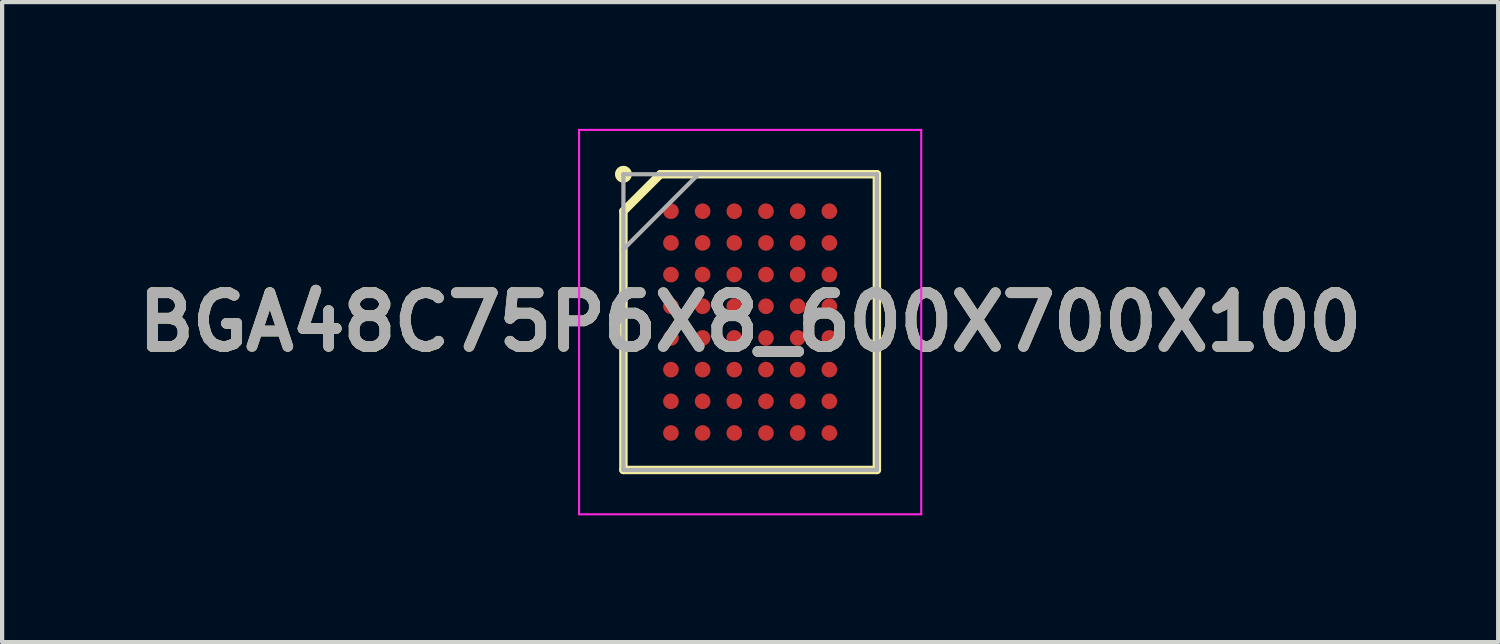
<source format=kicad_pcb>
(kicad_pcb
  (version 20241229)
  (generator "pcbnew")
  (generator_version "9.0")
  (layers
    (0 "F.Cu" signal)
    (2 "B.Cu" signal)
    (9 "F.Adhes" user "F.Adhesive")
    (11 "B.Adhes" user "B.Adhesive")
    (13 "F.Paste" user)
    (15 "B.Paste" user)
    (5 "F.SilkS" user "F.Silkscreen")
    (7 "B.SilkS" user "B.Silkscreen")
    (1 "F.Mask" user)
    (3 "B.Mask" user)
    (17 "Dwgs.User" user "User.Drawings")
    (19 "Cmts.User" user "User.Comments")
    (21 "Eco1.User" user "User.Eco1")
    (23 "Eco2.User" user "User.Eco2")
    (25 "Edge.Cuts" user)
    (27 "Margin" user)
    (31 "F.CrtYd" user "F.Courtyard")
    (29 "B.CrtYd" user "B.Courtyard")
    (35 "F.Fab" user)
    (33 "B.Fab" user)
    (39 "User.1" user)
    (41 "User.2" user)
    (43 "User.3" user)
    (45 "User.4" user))
  (footprint "BGA48C75P6X8_600X700X100"
    (layer "F.Cu")
    (at 14.708 4.575)
    (property "Reference" "BGA48C75P6X8_600X700X100" (at 0 0 0) (layer "F.SilkS") (effects (font (size 1.27 1.27) (thickness 0.254))))
    (attr smd)
    (fp_line (start -3 -2.625) (end -2.125 -3.5) (stroke (width 0.2) (type solid)) (layer "F.SilkS"))
    (fp_line (start -3 3.5) (end -3 -2.625) (stroke (width 0.2) (type solid)) (layer "F.SilkS"))
    (fp_line (start -2.125 -3.5) (end 3 -3.5) (stroke (width 0.2) (type solid)) (layer "F.SilkS"))
    (fp_line (start 3 -3.5) (end 3 3.5) (stroke (width 0.2) (type solid)) (layer "F.SilkS"))
    (fp_line (start 3 3.5) (end -3 3.5) (stroke (width 0.2) (type solid)) (layer "F.SilkS"))
    (fp_circle (center -3 -3.5) (end -3 -3.4) (stroke (width 0.2) (type solid)) (fill no) (layer "F.SilkS"))
    (fp_line (start -4.05 -4.55) (end 4.05 -4.55) (stroke (width 0.05) (type solid)) (layer "F.CrtYd"))
    (fp_line (start -4.05 4.55) (end -4.05 -4.55) (stroke (width 0.05) (type solid)) (layer "F.CrtYd"))
    (fp_line (start 4.05 -4.55) (end 4.05 4.55) (stroke (width 0.05) (type solid)) (layer "F.CrtYd"))
    (fp_line (start 4.05 4.55) (end -4.05 4.55) (stroke (width 0.05) (type solid)) (layer "F.CrtYd"))
    (fp_line (start -3 -3.5) (end 3 -3.5) (stroke (width 0.1) (type solid)) (layer "F.Fab"))
    (fp_line (start -3 -1.725) (end -1.225 -3.5) (stroke (width 0.1) (type solid)) (layer "F.Fab"))
    (fp_line (start -3 3.5) (end -3 -3.5) (stroke (width 0.1) (type solid)) (layer "F.Fab"))
    (fp_line (start 3 -3.5) (end 3 3.5) (stroke (width 0.1) (type solid)) (layer "F.Fab"))
    (fp_line (start 3 3.5) (end -3 3.5) (stroke (width 0.1) (type solid)) (layer "F.Fab"))
    (fp_text user "${REFERENCE}" (at 0 0 0) (layer "F.Fab") (effects (font (size 1.27 1.27) (thickness 0.254))))
    (pad "A1" smd circle (at -1.875 -2.625 90) (size 0.37 0.37) (layers "F.Cu" "F.Mask" "F.Paste"))
    (pad "A2" smd circle (at -1.125 -2.625 90) (size 0.37 0.37) (layers "F.Cu" "F.Mask" "F.Paste"))
    (pad "A3" smd circle (at -0.375 -2.625 90) (size 0.37 0.37) (layers "F.Cu" "F.Mask" "F.Paste"))
    (pad "A4" smd circle (at 0.375 -2.625 90) (size 0.37 0.37) (layers "F.Cu" "F.Mask" "F.Paste"))
    (pad "A5" smd circle (at 1.125 -2.625 90) (size 0.37 0.37) (layers "F.Cu" "F.Mask" "F.Paste"))
    (pad "A6" smd circle (at 1.875 -2.625 90) (size 0.37 0.37) (layers "F.Cu" "F.Mask" "F.Paste"))
    (pad "B1" smd circle (at -1.875 -1.875 90) (size 0.37 0.37) (layers "F.Cu" "F.Mask" "F.Paste"))
    (pad "B2" smd circle (at -1.125 -1.875 90) (size 0.37 0.37) (layers "F.Cu" "F.Mask" "F.Paste"))
    (pad "B3" smd circle (at -0.375 -1.875 90) (size 0.37 0.37) (layers "F.Cu" "F.Mask" "F.Paste"))
    (pad "B4" smd circle (at 0.375 -1.875 90) (size 0.37 0.37) (layers "F.Cu" "F.Mask" "F.Paste"))
    (pad "B5" smd circle (at 1.125 -1.875 90) (size 0.37 0.37) (layers "F.Cu" "F.Mask" "F.Paste"))
    (pad "B6" smd circle (at 1.875 -1.875 90) (size 0.37 0.37) (layers "F.Cu" "F.Mask" "F.Paste"))
    (pad "C1" smd circle (at -1.875 -1.125 90) (size 0.37 0.37) (layers "F.Cu" "F.Mask" "F.Paste"))
    (pad "C2" smd circle (at -1.125 -1.125 90) (size 0.37 0.37) (layers "F.Cu" "F.Mask" "F.Paste"))
    (pad "C3" smd circle (at -0.375 -1.125 90) (size 0.37 0.37) (layers "F.Cu" "F.Mask" "F.Paste"))
    (pad "C4" smd circle (at 0.375 -1.125 90) (size 0.37 0.37) (layers "F.Cu" "F.Mask" "F.Paste"))
    (pad "C5" smd circle (at 1.125 -1.125 90) (size 0.37 0.37) (layers "F.Cu" "F.Mask" "F.Paste"))
    (pad "C6" smd circle (at 1.875 -1.125 90) (size 0.37 0.37) (layers "F.Cu" "F.Mask" "F.Paste"))
    (pad "D1" smd circle (at -1.875 -0.375 90) (size 0.37 0.37) (layers "F.Cu" "F.Mask" "F.Paste"))
    (pad "D2" smd circle (at -1.125 -0.375 90) (size 0.37 0.37) (layers "F.Cu" "F.Mask" "F.Paste"))
    (pad "D3" smd circle (at -0.375 -0.375 90) (size 0.37 0.37) (layers "F.Cu" "F.Mask" "F.Paste"))
    (pad "D4" smd circle (at 0.375 -0.375 90) (size 0.37 0.37) (layers "F.Cu" "F.Mask" "F.Paste"))
    (pad "D5" smd circle (at 1.125 -0.375 90) (size 0.37 0.37) (layers "F.Cu" "F.Mask" "F.Paste"))
    (pad "D6" smd circle (at 1.875 -0.375 90) (size 0.37 0.37) (layers "F.Cu" "F.Mask" "F.Paste"))
    (pad "E1" smd circle (at -1.875 0.375 90) (size 0.37 0.37) (layers "F.Cu" "F.Mask" "F.Paste"))
    (pad "E2" smd circle (at -1.125 0.375 90) (size 0.37 0.37) (layers "F.Cu" "F.Mask" "F.Paste"))
    (pad "E3" smd circle (at -0.375 0.375 90) (size 0.37 0.37) (layers "F.Cu" "F.Mask" "F.Paste"))
    (pad "E4" smd circle (at 0.375 0.375 90) (size 0.37 0.37) (layers "F.Cu" "F.Mask" "F.Paste"))
    (pad "E5" smd circle (at 1.125 0.375 90) (size 0.37 0.37) (layers "F.Cu" "F.Mask" "F.Paste"))
    (pad "E6" smd circle (at 1.875 0.375 90) (size 0.37 0.37) (layers "F.Cu" "F.Mask" "F.Paste"))
    (pad "F1" smd circle (at -1.875 1.125 90) (size 0.37 0.37) (layers "F.Cu" "F.Mask" "F.Paste"))
    (pad "F2" smd circle (at -1.125 1.125 90) (size 0.37 0.37) (layers "F.Cu" "F.Mask" "F.Paste"))
    (pad "F3" smd circle (at -0.375 1.125 90) (size 0.37 0.37) (layers "F.Cu" "F.Mask" "F.Paste"))
    (pad "F4" smd circle (at 0.375 1.125 90) (size 0.37 0.37) (layers "F.Cu" "F.Mask" "F.Paste"))
    (pad "F5" smd circle (at 1.125 1.125 90) (size 0.37 0.37) (layers "F.Cu" "F.Mask" "F.Paste"))
    (pad "F6" smd circle (at 1.875 1.125 90) (size 0.37 0.37) (layers "F.Cu" "F.Mask" "F.Paste"))
    (pad "G1" smd circle (at -1.875 1.875 90) (size 0.37 0.37) (layers "F.Cu" "F.Mask" "F.Paste"))
    (pad "G2" smd circle (at -1.125 1.875 90) (size 0.37 0.37) (layers "F.Cu" "F.Mask" "F.Paste"))
    (pad "G3" smd circle (at -0.375 1.875 90) (size 0.37 0.37) (layers "F.Cu" "F.Mask" "F.Paste"))
    (pad "G4" smd circle (at 0.375 1.875 90) (size 0.37 0.37) (layers "F.Cu" "F.Mask" "F.Paste"))
    (pad "G5" smd circle (at 1.125 1.875 90) (size 0.37 0.37) (layers "F.Cu" "F.Mask" "F.Paste"))
    (pad "G6" smd circle (at 1.875 1.875 90) (size 0.37 0.37) (layers "F.Cu" "F.Mask" "F.Paste"))
    (pad "H1" smd circle (at -1.875 2.625 90) (size 0.37 0.37) (layers "F.Cu" "F.Mask" "F.Paste"))
    (pad "H2" smd circle (at -1.125 2.625 90) (size 0.37 0.37) (layers "F.Cu" "F.Mask" "F.Paste"))
    (pad "H3" smd circle (at -0.375 2.625 90) (size 0.37 0.37) (layers "F.Cu" "F.Mask" "F.Paste"))
    (pad "H4" smd circle (at 0.375 2.625 90) (size 0.37 0.37) (layers "F.Cu" "F.Mask" "F.Paste"))
    (pad "H5" smd circle (at 1.125 2.625 90) (size 0.37 0.37) (layers "F.Cu" "F.Mask" "F.Paste"))
    (pad "H6" smd circle (at 1.875 2.625 90) (size 0.37 0.37) (layers "F.Cu" "F.Mask" "F.Paste")))
  (gr_rect
    (start -3 -3)
    (end 32.416 12.15)
    (stroke (width 0.1) (type default))
    (fill no)
    (layer "Edge.Cuts")))
</source>
